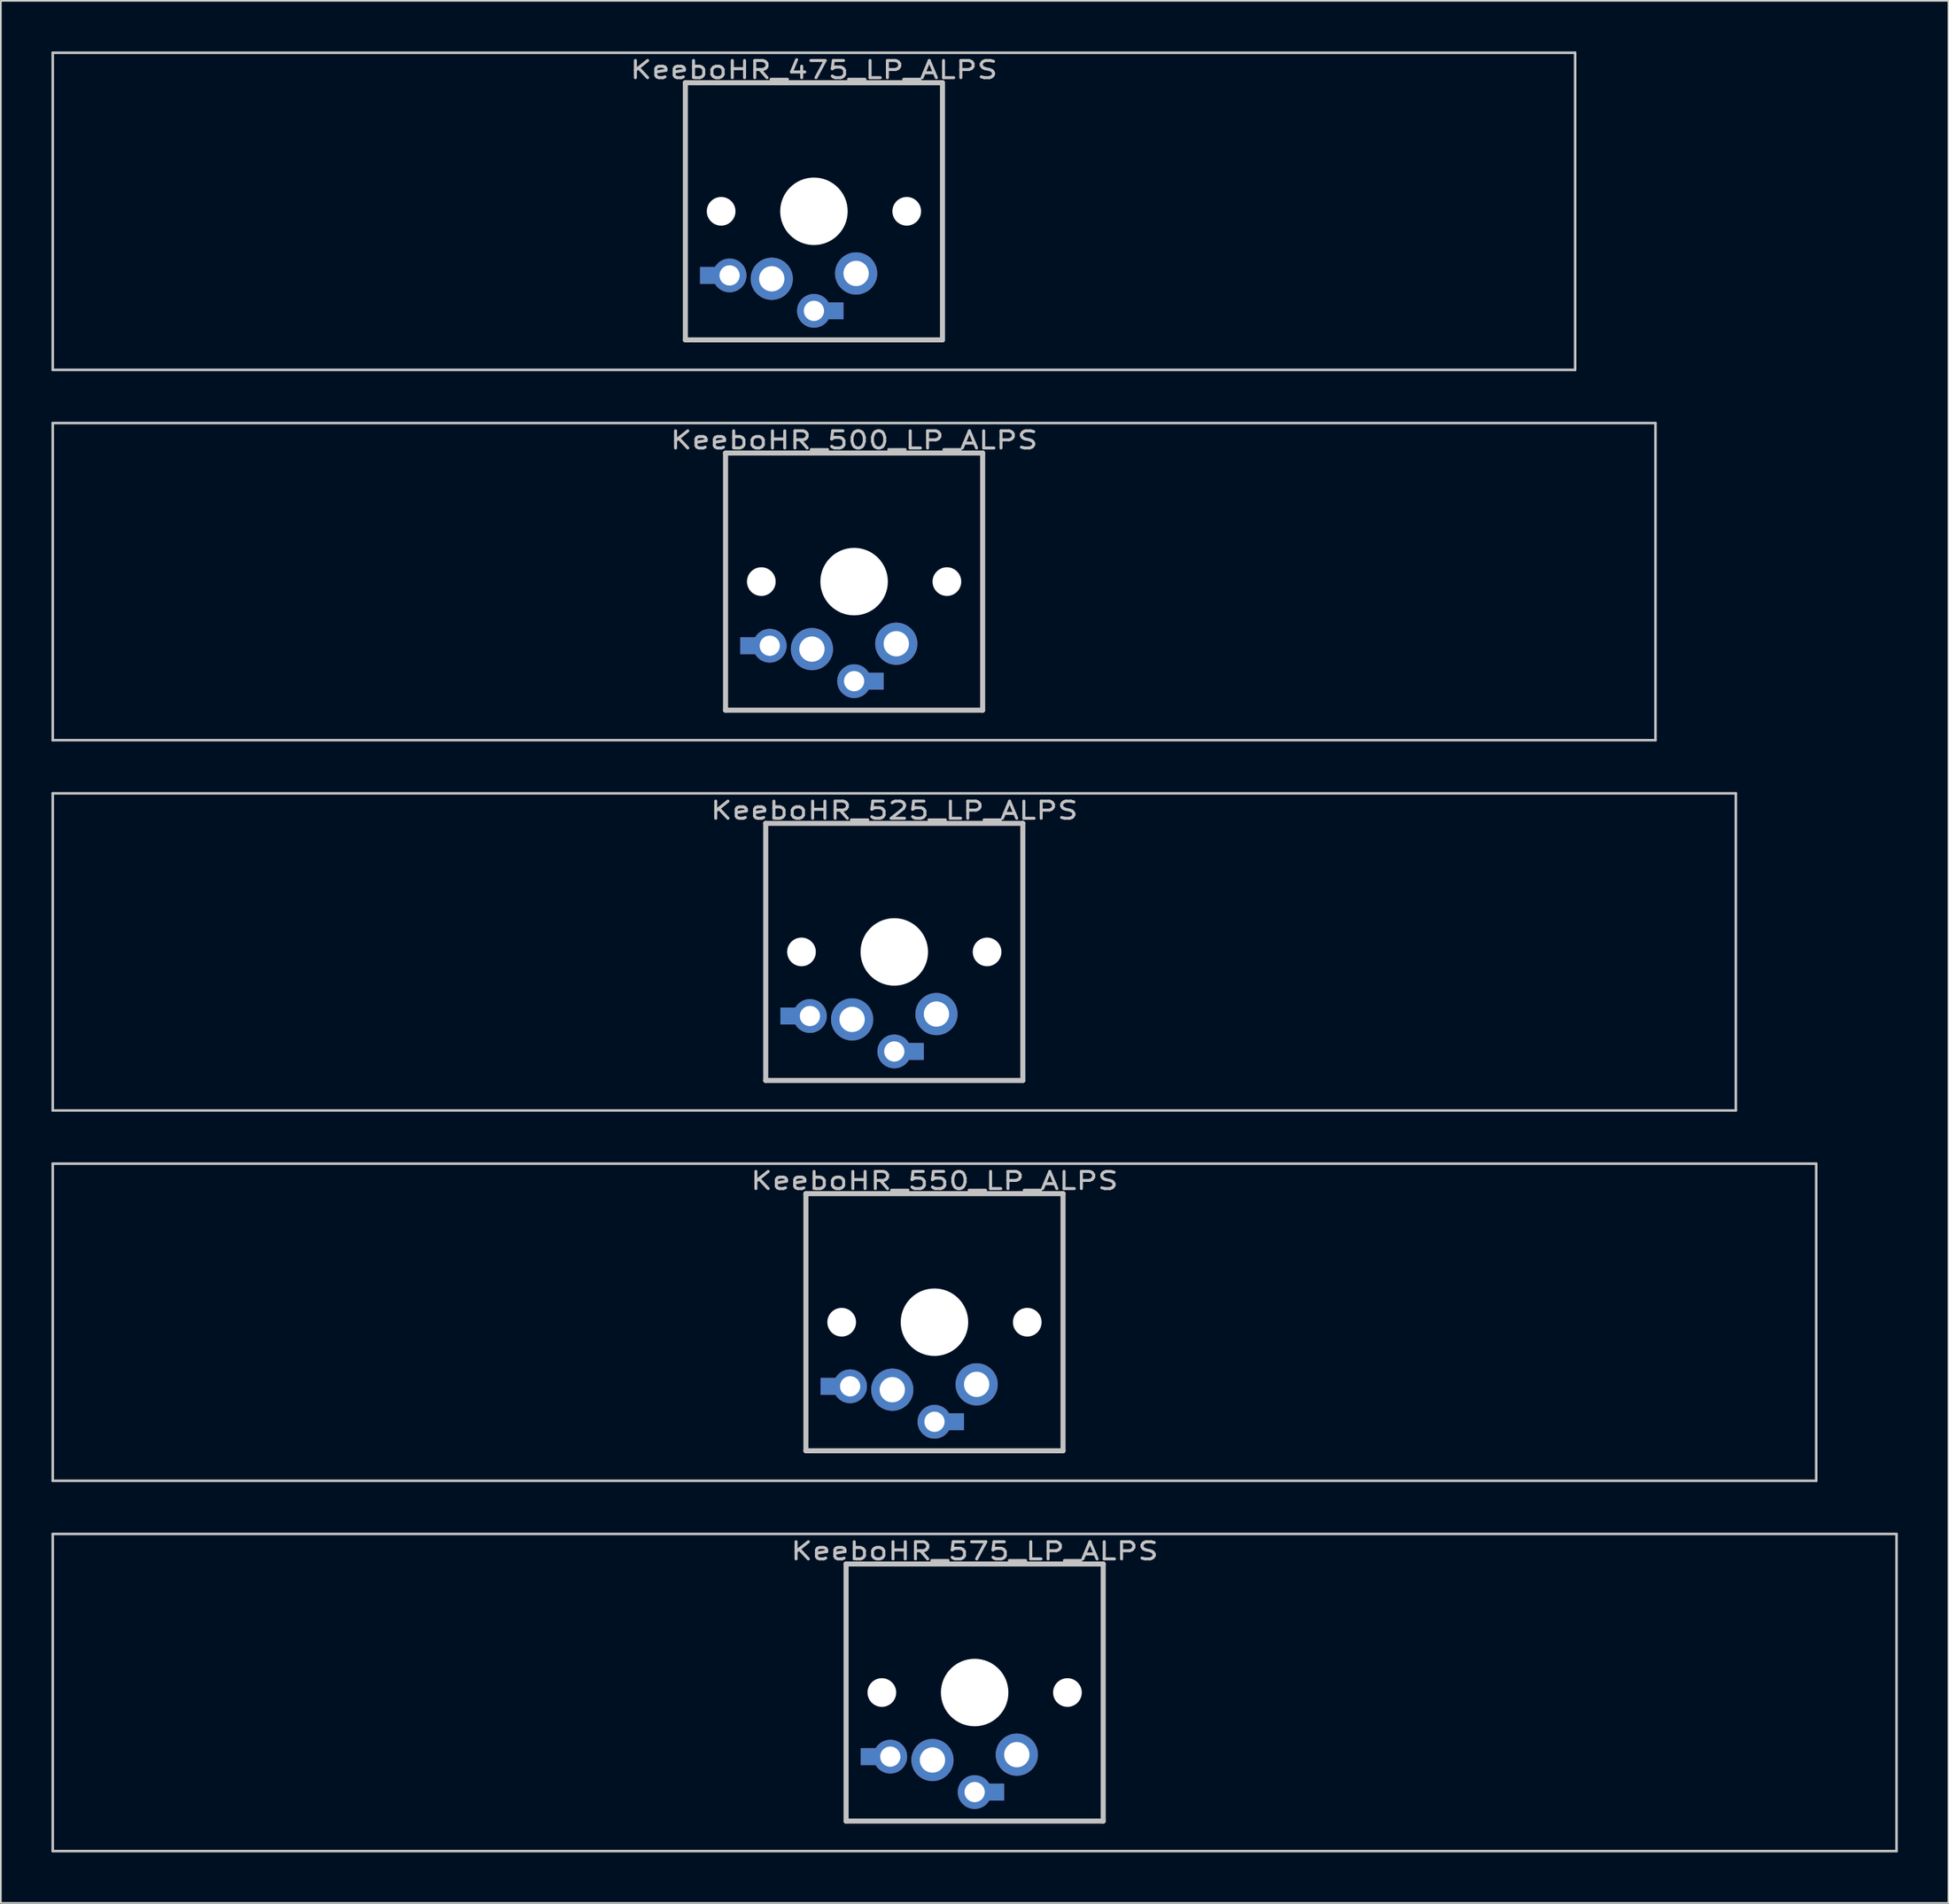
<source format=kicad_pcb>
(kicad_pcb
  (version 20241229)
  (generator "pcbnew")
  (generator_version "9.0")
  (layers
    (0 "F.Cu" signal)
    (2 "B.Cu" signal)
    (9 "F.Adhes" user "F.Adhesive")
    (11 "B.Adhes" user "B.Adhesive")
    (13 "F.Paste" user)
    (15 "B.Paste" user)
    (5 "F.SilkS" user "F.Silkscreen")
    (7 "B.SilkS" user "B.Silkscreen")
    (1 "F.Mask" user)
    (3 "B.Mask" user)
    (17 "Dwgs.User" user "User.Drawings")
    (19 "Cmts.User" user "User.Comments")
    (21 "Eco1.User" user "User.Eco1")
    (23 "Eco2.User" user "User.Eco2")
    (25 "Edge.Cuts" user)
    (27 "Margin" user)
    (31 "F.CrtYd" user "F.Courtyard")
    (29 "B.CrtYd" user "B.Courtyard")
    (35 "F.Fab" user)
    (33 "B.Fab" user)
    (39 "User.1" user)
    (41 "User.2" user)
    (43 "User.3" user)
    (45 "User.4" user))
  (footprint "KeeboHR_475_LP_ALPS"
    (layer "F.Cu")
    (at 45.193 9.474)
    (property "Reference" "KeeboHR_475_LP_ALPS" (at 0 -8.382 0) (layer "Dwgs.User") (effects (font (size 1.016 1.27) (thickness 0.178))))
    (attr through_hole)
    (fp_line (start -45.117 -9.398) (end 45.117 -9.398) (stroke (width 0.152) (type solid)) (layer "Dwgs.User"))
    (fp_line (start -45.117 9.398) (end -45.117 -9.398) (stroke (width 0.152) (type solid)) (layer "Dwgs.User"))
    (fp_line (start -7.62 -7.62) (end 7.62 -7.62) (stroke (width 0.3) (type solid)) (layer "Dwgs.User"))
    (fp_line (start -7.62 7.62) (end -7.62 -7.62) (stroke (width 0.3) (type solid)) (layer "Dwgs.User"))
    (fp_line (start 7.62 -7.62) (end 7.62 7.62) (stroke (width 0.3) (type solid)) (layer "Dwgs.User"))
    (fp_line (start 7.62 7.62) (end -7.62 7.62) (stroke (width 0.3) (type solid)) (layer "Dwgs.User"))
    (fp_line (start 45.117 -9.398) (end 45.117 9.398) (stroke (width 0.152) (type solid)) (layer "Dwgs.User"))
    (fp_line (start 45.117 9.398) (end -45.117 9.398) (stroke (width 0.152) (type solid)) (layer "Dwgs.User"))
    (pad "" np_thru_hole circle (at -5.5 0) (size 1.7 1.7) (drill 1.7) (layers "*.Cu" "*.Mask"))
    (pad "" np_thru_hole circle (at 0 0) (size 4 4) (drill 4) (layers "*.Cu" "*.Mask"))
    (pad "" np_thru_hole circle (at 5.5 0) (size 1.7 1.7) (drill 1.7) (layers "*.Cu" "*.Mask"))
    (pad "1" thru_hole circle (at 0 5.9) (size 2 2) (drill 1.2) (layers "*.Cu" "*.Mask"))
    (pad "1" smd rect (at 1.25 5.9) (size 1 1) (layers "*.Cu" "*.Mask"))
    (pad "1" thru_hole circle (at 2.5 3.683) (size 2.5 2.5) (drill 1.5) (layers "*.Cu" "*.Mask"))
    (pad "2" smd rect (at -6.25 3.8) (size 1 1) (layers "*.Cu" "*.Mask"))
    (pad "2" thru_hole circle (at -5 3.8) (size 2 2) (drill 1.2) (layers "*.Cu" "*.Mask"))
    (pad "2" thru_hole circle (at -2.5 4) (size 2.5 2.5) (drill 1.5) (layers "*.Cu" "*.Mask")))
  (footprint "KeeboHR_525_LP_ALPS"
    (layer "F.Cu")
    (at 49.955 53.371)
    (property "Reference" "KeeboHR_525_LP_ALPS" (at 0 -8.382 0) (layer "Dwgs.User") (effects (font (size 1.016 1.27) (thickness 0.178))))
    (attr through_hole)
    (fp_line (start -49.879 -9.398) (end 49.879 -9.398) (stroke (width 0.152) (type solid)) (layer "Dwgs.User"))
    (fp_line (start -49.879 9.398) (end -49.879 -9.398) (stroke (width 0.152) (type solid)) (layer "Dwgs.User"))
    (fp_line (start -7.62 -7.62) (end 7.62 -7.62) (stroke (width 0.3) (type solid)) (layer "Dwgs.User"))
    (fp_line (start -7.62 7.62) (end -7.62 -7.62) (stroke (width 0.3) (type solid)) (layer "Dwgs.User"))
    (fp_line (start 7.62 -7.62) (end 7.62 7.62) (stroke (width 0.3) (type solid)) (layer "Dwgs.User"))
    (fp_line (start 7.62 7.62) (end -7.62 7.62) (stroke (width 0.3) (type solid)) (layer "Dwgs.User"))
    (fp_line (start 49.879 -9.398) (end 49.879 9.398) (stroke (width 0.152) (type solid)) (layer "Dwgs.User"))
    (fp_line (start 49.879 9.398) (end -49.879 9.398) (stroke (width 0.152) (type solid)) (layer "Dwgs.User"))
    (pad "" np_thru_hole circle (at -5.5 0) (size 1.7 1.7) (drill 1.7) (layers "*.Cu" "*.Mask"))
    (pad "" np_thru_hole circle (at 0 0) (size 4 4) (drill 4) (layers "*.Cu" "*.Mask"))
    (pad "" np_thru_hole circle (at 5.5 0) (size 1.7 1.7) (drill 1.7) (layers "*.Cu" "*.Mask"))
    (pad "1" thru_hole circle (at 0 5.9) (size 2 2) (drill 1.2) (layers "*.Cu" "*.Mask"))
    (pad "1" smd rect (at 1.25 5.9) (size 1 1) (layers "*.Cu" "*.Mask"))
    (pad "1" thru_hole circle (at 2.5 3.683) (size 2.5 2.5) (drill 1.5) (layers "*.Cu" "*.Mask"))
    (pad "2" smd rect (at -6.25 3.8) (size 1 1) (layers "*.Cu" "*.Mask"))
    (pad "2" thru_hole circle (at -5 3.8) (size 2 2) (drill 1.2) (layers "*.Cu" "*.Mask"))
    (pad "2" thru_hole circle (at -2.5 4) (size 2.5 2.5) (drill 1.5) (layers "*.Cu" "*.Mask")))
  (footprint "KeeboHR_575_LP_ALPS"
    (layer "F.Cu")
    (at 54.718 97.268)
    (property "Reference" "KeeboHR_575_LP_ALPS" (at 0 -8.382 0) (layer "Dwgs.User") (effects (font (size 1.016 1.27) (thickness 0.178))))
    (attr through_hole)
    (fp_line (start -54.642 -9.398) (end 54.642 -9.398) (stroke (width 0.152) (type solid)) (layer "Dwgs.User"))
    (fp_line (start -54.642 9.398) (end -54.642 -9.398) (stroke (width 0.152) (type solid)) (layer "Dwgs.User"))
    (fp_line (start -7.62 -7.62) (end 7.62 -7.62) (stroke (width 0.3) (type solid)) (layer "Dwgs.User"))
    (fp_line (start -7.62 7.62) (end -7.62 -7.62) (stroke (width 0.3) (type solid)) (layer "Dwgs.User"))
    (fp_line (start 7.62 -7.62) (end 7.62 7.62) (stroke (width 0.3) (type solid)) (layer "Dwgs.User"))
    (fp_line (start 7.62 7.62) (end -7.62 7.62) (stroke (width 0.3) (type solid)) (layer "Dwgs.User"))
    (fp_line (start 54.642 -9.398) (end 54.642 9.398) (stroke (width 0.152) (type solid)) (layer "Dwgs.User"))
    (fp_line (start 54.642 9.398) (end -54.642 9.398) (stroke (width 0.152) (type solid)) (layer "Dwgs.User"))
    (pad "" np_thru_hole circle (at -5.5 0) (size 1.7 1.7) (drill 1.7) (layers "*.Cu" "*.Mask"))
    (pad "" np_thru_hole circle (at 0 0) (size 4 4) (drill 4) (layers "*.Cu" "*.Mask"))
    (pad "" np_thru_hole circle (at 5.5 0) (size 1.7 1.7) (drill 1.7) (layers "*.Cu" "*.Mask"))
    (pad "1" thru_hole circle (at 0 5.9) (size 2 2) (drill 1.2) (layers "*.Cu" "*.Mask"))
    (pad "1" smd rect (at 1.25 5.9) (size 1 1) (layers "*.Cu" "*.Mask"))
    (pad "1" thru_hole circle (at 2.5 3.683) (size 2.5 2.5) (drill 1.5) (layers "*.Cu" "*.Mask"))
    (pad "2" smd rect (at -6.25 3.8) (size 1 1) (layers "*.Cu" "*.Mask"))
    (pad "2" thru_hole circle (at -5 3.8) (size 2 2) (drill 1.2) (layers "*.Cu" "*.Mask"))
    (pad "2" thru_hole circle (at -2.5 4) (size 2.5 2.5) (drill 1.5) (layers "*.Cu" "*.Mask")))
  (footprint "KeeboHR_500_LP_ALPS"
    (layer "F.Cu")
    (at 47.574 31.423)
    (property "Reference" "KeeboHR_500_LP_ALPS" (at 0 -8.382 0) (layer "Dwgs.User") (effects (font (size 1.016 1.27) (thickness 0.178))))
    (attr through_hole)
    (fp_line (start -47.498 -9.398) (end 47.498 -9.398) (stroke (width 0.152) (type solid)) (layer "Dwgs.User"))
    (fp_line (start -47.498 9.398) (end -47.498 -9.398) (stroke (width 0.152) (type solid)) (layer "Dwgs.User"))
    (fp_line (start -7.62 -7.62) (end 7.62 -7.62) (stroke (width 0.3) (type solid)) (layer "Dwgs.User"))
    (fp_line (start -7.62 7.62) (end -7.62 -7.62) (stroke (width 0.3) (type solid)) (layer "Dwgs.User"))
    (fp_line (start 7.62 -7.62) (end 7.62 7.62) (stroke (width 0.3) (type solid)) (layer "Dwgs.User"))
    (fp_line (start 7.62 7.62) (end -7.62 7.62) (stroke (width 0.3) (type solid)) (layer "Dwgs.User"))
    (fp_line (start 47.498 -9.398) (end 47.498 9.398) (stroke (width 0.152) (type solid)) (layer "Dwgs.User"))
    (fp_line (start 47.498 9.398) (end -47.498 9.398) (stroke (width 0.152) (type solid)) (layer "Dwgs.User"))
    (pad "" np_thru_hole circle (at -5.5 0) (size 1.7 1.7) (drill 1.7) (layers "*.Cu" "*.Mask"))
    (pad "" np_thru_hole circle (at 0 0) (size 4 4) (drill 4) (layers "*.Cu" "*.Mask"))
    (pad "" np_thru_hole circle (at 5.5 0) (size 1.7 1.7) (drill 1.7) (layers "*.Cu" "*.Mask"))
    (pad "1" thru_hole circle (at 0 5.9) (size 2 2) (drill 1.2) (layers "*.Cu" "*.Mask"))
    (pad "1" smd rect (at 1.25 5.9) (size 1 1) (layers "*.Cu" "*.Mask"))
    (pad "1" thru_hole circle (at 2.5 3.683) (size 2.5 2.5) (drill 1.5) (layers "*.Cu" "*.Mask"))
    (pad "2" smd rect (at -6.25 3.8) (size 1 1) (layers "*.Cu" "*.Mask"))
    (pad "2" thru_hole circle (at -5 3.8) (size 2 2) (drill 1.2) (layers "*.Cu" "*.Mask"))
    (pad "2" thru_hole circle (at -2.5 4) (size 2.5 2.5) (drill 1.5) (layers "*.Cu" "*.Mask")))
  (footprint "KeeboHR_550_LP_ALPS"
    (layer "F.Cu")
    (at 52.337 75.319)
    (property "Reference" "KeeboHR_550_LP_ALPS" (at 0 -8.382 0) (layer "Dwgs.User") (effects (font (size 1.016 1.27) (thickness 0.178))))
    (attr through_hole)
    (fp_line (start -52.261 -9.398) (end 52.261 -9.398) (stroke (width 0.152) (type solid)) (layer "Dwgs.User"))
    (fp_line (start -52.261 9.398) (end -52.261 -9.398) (stroke (width 0.152) (type solid)) (layer "Dwgs.User"))
    (fp_line (start -7.62 -7.62) (end 7.62 -7.62) (stroke (width 0.3) (type solid)) (layer "Dwgs.User"))
    (fp_line (start -7.62 7.62) (end -7.62 -7.62) (stroke (width 0.3) (type solid)) (layer "Dwgs.User"))
    (fp_line (start 7.62 -7.62) (end 7.62 7.62) (stroke (width 0.3) (type solid)) (layer "Dwgs.User"))
    (fp_line (start 7.62 7.62) (end -7.62 7.62) (stroke (width 0.3) (type solid)) (layer "Dwgs.User"))
    (fp_line (start 52.261 -9.398) (end 52.261 9.398) (stroke (width 0.152) (type solid)) (layer "Dwgs.User"))
    (fp_line (start 52.261 9.398) (end -52.261 9.398) (stroke (width 0.152) (type solid)) (layer "Dwgs.User"))
    (pad "" np_thru_hole circle (at -5.5 0) (size 1.7 1.7) (drill 1.7) (layers "*.Cu" "*.Mask"))
    (pad "" np_thru_hole circle (at 0 0) (size 4 4) (drill 4) (layers "*.Cu" "*.Mask"))
    (pad "" np_thru_hole circle (at 5.5 0) (size 1.7 1.7) (drill 1.7) (layers "*.Cu" "*.Mask"))
    (pad "1" thru_hole circle (at 0 5.9) (size 2 2) (drill 1.2) (layers "*.Cu" "*.Mask"))
    (pad "1" smd rect (at 1.25 5.9) (size 1 1) (layers "*.Cu" "*.Mask"))
    (pad "1" thru_hole circle (at 2.5 3.683) (size 2.5 2.5) (drill 1.5) (layers "*.Cu" "*.Mask"))
    (pad "2" smd rect (at -6.25 3.8) (size 1 1) (layers "*.Cu" "*.Mask"))
    (pad "2" thru_hole circle (at -5 3.8) (size 2 2) (drill 1.2) (layers "*.Cu" "*.Mask"))
    (pad "2" thru_hole circle (at -2.5 4) (size 2.5 2.5) (drill 1.5) (layers "*.Cu" "*.Mask")))
  (gr_rect
    (start -3 -3)
    (end 112.436 109.742)
    (stroke (width 0.1) (type default))
    (fill no)
    (layer "Edge.Cuts")))
</source>
